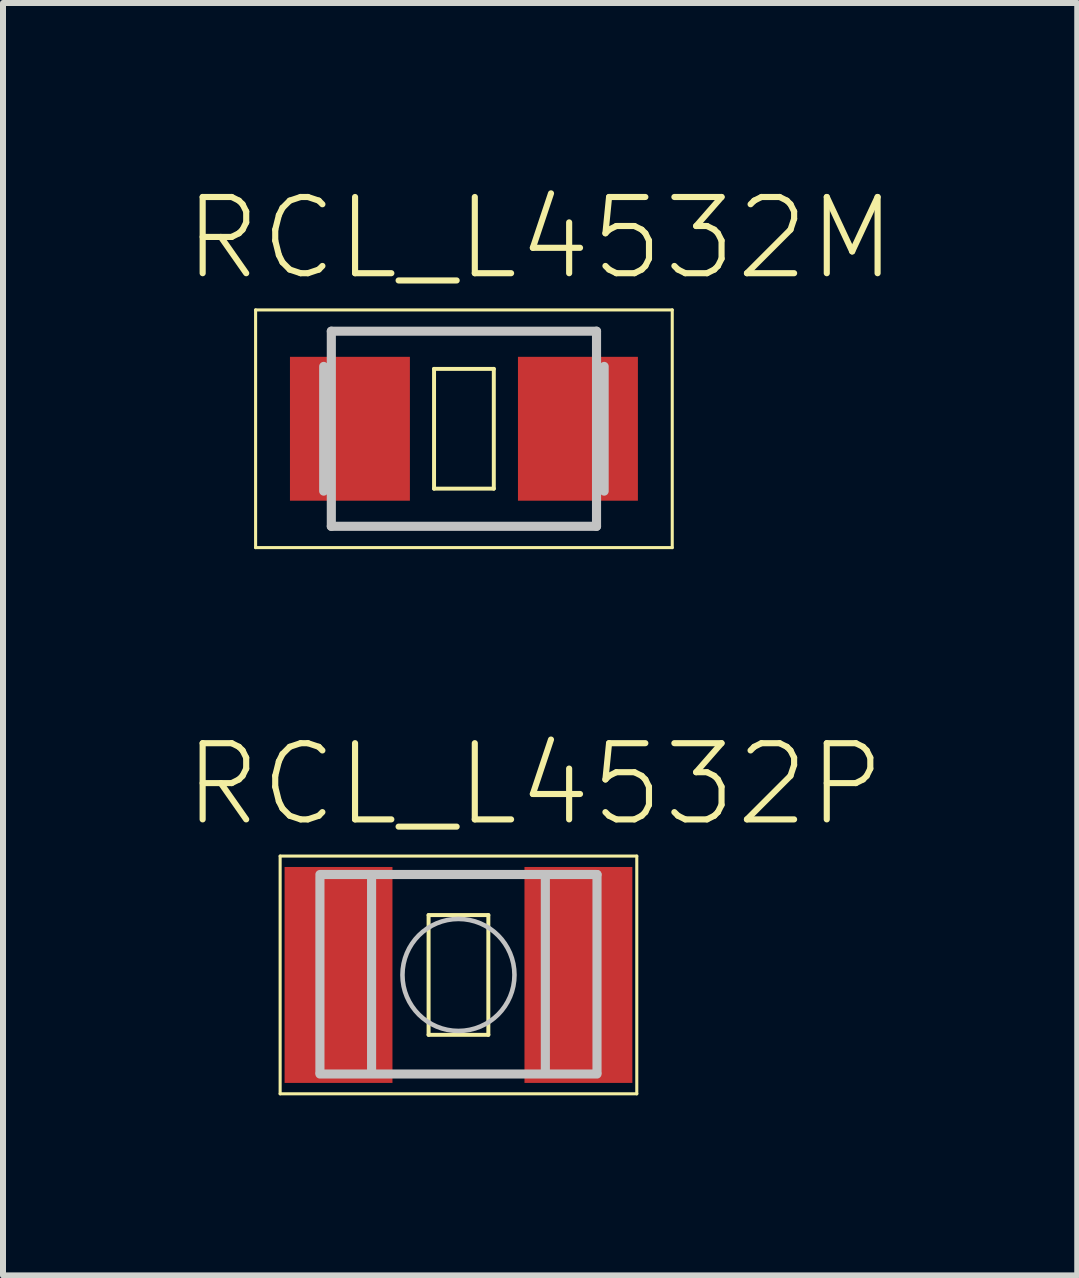
<source format=kicad_pcb>
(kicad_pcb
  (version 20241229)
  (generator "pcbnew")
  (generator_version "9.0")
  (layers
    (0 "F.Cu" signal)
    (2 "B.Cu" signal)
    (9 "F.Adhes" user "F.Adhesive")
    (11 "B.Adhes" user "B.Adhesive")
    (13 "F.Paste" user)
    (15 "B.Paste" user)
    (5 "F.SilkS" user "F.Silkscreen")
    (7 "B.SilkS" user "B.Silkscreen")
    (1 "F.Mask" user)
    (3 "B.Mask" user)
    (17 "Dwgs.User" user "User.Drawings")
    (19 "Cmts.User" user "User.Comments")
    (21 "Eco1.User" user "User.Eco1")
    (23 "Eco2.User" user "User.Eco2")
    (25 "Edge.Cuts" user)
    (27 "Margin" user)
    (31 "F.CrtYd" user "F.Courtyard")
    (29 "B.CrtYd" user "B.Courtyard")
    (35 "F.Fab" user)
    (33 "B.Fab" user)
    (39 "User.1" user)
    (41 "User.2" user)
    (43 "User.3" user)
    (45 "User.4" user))
  (footprint "RCL_L4532M"
    (layer "F.Cu")
    (at 4.682 4.096)
    (property "Reference" "RCL_L4532M" (at 1.27 -3.175 0) (layer "F.SilkS") (effects (font (size 1.27 1.27) (thickness 0.102))))
    (attr smd)
    (fp_line (start -3.472 -1.981) (end 3.472 -1.981) (stroke (width 0.051) (type solid)) (layer "F.SilkS"))
    (fp_line (start -3.472 1.981) (end -3.472 -1.981) (stroke (width 0.051) (type solid)) (layer "F.SilkS"))
    (fp_line (start -0.498 -0.998) (end 0.498 -0.998) (stroke (width 0.066) (type solid)) (layer "F.SilkS"))
    (fp_line (start -0.498 0.998) (end -0.498 -0.998) (stroke (width 0.066) (type solid)) (layer "F.SilkS"))
    (fp_line (start -0.498 0.998) (end 0.498 0.998) (stroke (width 0.066) (type solid)) (layer "F.SilkS"))
    (fp_line (start 0.498 0.998) (end 0.498 -0.998) (stroke (width 0.066) (type solid)) (layer "F.SilkS"))
    (fp_line (start 3.472 -1.981) (end 3.472 1.981) (stroke (width 0.051) (type solid)) (layer "F.SilkS"))
    (fp_line (start 3.472 1.981) (end -3.472 1.981) (stroke (width 0.051) (type solid)) (layer "F.SilkS"))
    (fp_line (start -2.337 -1.039) (end -2.337 1.039) (stroke (width 0.152) (type solid)) (layer "Dwgs.User"))
    (fp_line (start -2.21 -1.626) (end -2.21 1.626) (stroke (width 0.152) (type solid)) (layer "Dwgs.User"))
    (fp_line (start -2.21 1.626) (end 2.21 1.626) (stroke (width 0.152) (type solid)) (layer "Dwgs.User"))
    (fp_line (start 2.21 -1.626) (end -2.21 -1.626) (stroke (width 0.152) (type solid)) (layer "Dwgs.User"))
    (fp_line (start 2.21 -1.626) (end 2.21 1.626) (stroke (width 0.152) (type solid)) (layer "Dwgs.User"))
    (fp_line (start 2.337 -1.039) (end 2.337 1.039) (stroke (width 0.152) (type solid)) (layer "Dwgs.User"))
    (pad "1" smd rect (at -1.9 0) (size 1.999 2.398) (layers "F.Cu" "F.Mask" "F.Paste"))
    (pad "2" smd rect (at 1.9 0) (size 1.999 2.398) (layers "F.Cu" "F.Mask" "F.Paste")))
  (footprint "RCL_L4532P"
    (layer "F.Cu")
    (at 4.591 13.199)
    (property "Reference" "RCL_L4532P" (at 1.27 -3.175 0) (layer "F.SilkS") (effects (font (size 1.27 1.27) (thickness 0.102))))
    (attr smd)
    (fp_line (start -2.972 -1.981) (end 2.972 -1.981) (stroke (width 0.051) (type solid)) (layer "F.SilkS"))
    (fp_line (start -2.972 1.981) (end -2.972 -1.981) (stroke (width 0.051) (type solid)) (layer "F.SilkS"))
    (fp_line (start -0.498 -0.998) (end 0.498 -0.998) (stroke (width 0.066) (type solid)) (layer "F.SilkS"))
    (fp_line (start -0.498 0.998) (end -0.498 -0.998) (stroke (width 0.066) (type solid)) (layer "F.SilkS"))
    (fp_line (start -0.498 0.998) (end 0.498 0.998) (stroke (width 0.066) (type solid)) (layer "F.SilkS"))
    (fp_line (start 0.498 0.998) (end 0.498 -0.998) (stroke (width 0.066) (type solid)) (layer "F.SilkS"))
    (fp_line (start 2.972 -1.981) (end 2.972 1.981) (stroke (width 0.051) (type solid)) (layer "F.SilkS"))
    (fp_line (start 2.972 1.981) (end -2.972 1.981) (stroke (width 0.051) (type solid)) (layer "F.SilkS"))
    (fp_line (start -2.309 -1.674) (end 2.309 -1.674) (stroke (width 0.152) (type solid)) (layer "Dwgs.User"))
    (fp_line (start -2.309 -1.626) (end -2.309 1.626) (stroke (width 0.152) (type solid)) (layer "Dwgs.User"))
    (fp_line (start -2.309 1.651) (end 2.309 1.651) (stroke (width 0.152) (type solid)) (layer "Dwgs.User"))
    (fp_line (start -1.448 -1.651) (end -1.448 1.626) (stroke (width 0.152) (type solid)) (layer "Dwgs.User"))
    (fp_line (start 1.448 -1.626) (end 1.448 1.626) (stroke (width 0.152) (type solid)) (layer "Dwgs.User"))
    (fp_line (start 2.309 -1.674) (end 2.309 1.626) (stroke (width 0.152) (type solid)) (layer "Dwgs.User"))
    (fp_circle (center 0 0) (end -0.66 0.66) (stroke (width 0.076) (type solid)) (fill no) (layer "Dwgs.User"))
    (pad "1" smd rect (at -1.999 0) (size 1.798 3.599) (layers "F.Cu" "F.Mask" "F.Paste"))
    (pad "2" smd rect (at 1.999 0) (size 1.798 3.599) (layers "F.Cu" "F.Mask" "F.Paste")))
  (gr_rect
    (start -3 -3)
    (end 14.904 18.206)
    (stroke (width 0.1) (type default))
    (fill no)
    (layer "Edge.Cuts")))
</source>
